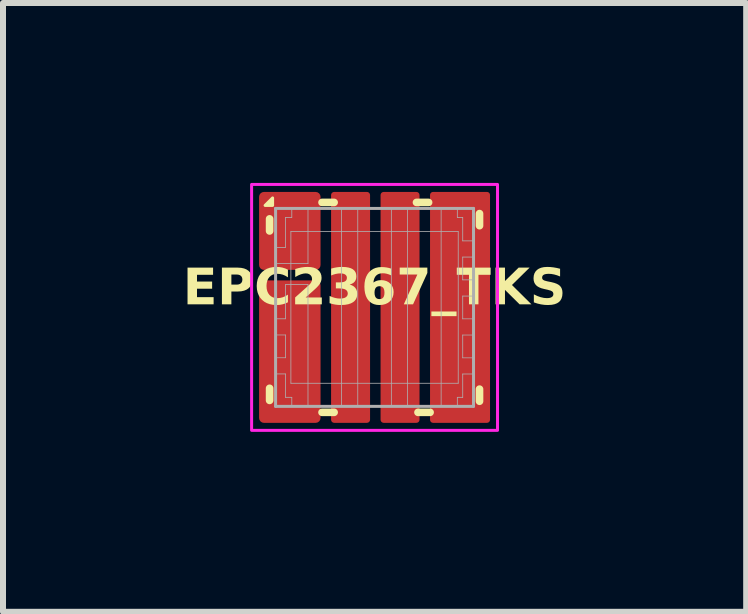
<source format=kicad_pcb>
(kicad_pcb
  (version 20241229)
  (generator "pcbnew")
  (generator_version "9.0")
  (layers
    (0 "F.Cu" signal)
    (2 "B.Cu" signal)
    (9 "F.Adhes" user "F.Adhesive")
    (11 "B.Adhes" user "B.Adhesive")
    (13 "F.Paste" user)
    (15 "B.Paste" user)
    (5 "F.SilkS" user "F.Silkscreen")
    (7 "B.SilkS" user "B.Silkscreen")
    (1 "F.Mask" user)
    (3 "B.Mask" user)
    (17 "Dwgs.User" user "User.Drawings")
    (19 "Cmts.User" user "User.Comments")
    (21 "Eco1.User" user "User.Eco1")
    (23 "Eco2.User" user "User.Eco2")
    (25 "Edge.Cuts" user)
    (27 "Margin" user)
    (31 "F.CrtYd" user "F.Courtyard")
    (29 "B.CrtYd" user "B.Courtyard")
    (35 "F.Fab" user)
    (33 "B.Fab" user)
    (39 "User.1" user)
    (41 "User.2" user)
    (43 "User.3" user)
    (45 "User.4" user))
  (footprint "EPC2367_TKS"
    (layer "F.Cu")
    (at 3.195 2.075)
    (property "Reference" "EPC2367_TKS" (at 0 -0.3 0) (unlocked yes) (layer "F.SilkS") (effects (font (face "Arial") (size 0.6 0.6) (thickness 0.12) (bold yes))))
    (attr smd)
    (fp_poly (pts (xy -1.125 -1.85) (xy -1.116 -1.85) (xy -1.098 -1.841) (xy -1.086 -1.827) (xy -1.08 -1.809) (xy -1.08 -1.8) (xy -1.08 -0.75) (xy -1.08 -0.741) (xy -1.087 -0.724) (xy -1.1 -0.712) (xy -1.116 -0.705) (xy -1.802 -0.705) (xy -1.812 -0.705) (xy -1.829 -0.712) (xy -1.843 -0.726) (xy -1.85 -0.743) (xy -1.85 -0.753) (xy -1.85 -1.027) (xy -1.85 -1.038) (xy -1.842 -1.057) (xy -1.827 -1.072) (xy -1.808 -1.08) (xy -1.6 -1.08) (xy -1.59 -1.081) (xy -1.572 -1.088) (xy -1.558 -1.102) (xy -1.551 -1.12) (xy -1.55 -1.13) (xy -1.55 -1.498) (xy -1.549 -1.509) (xy -1.539 -1.529) (xy -1.522 -1.544) (xy -1.501 -1.551) (xy -1.49 -1.55) (xy -1.481 -1.551) (xy -1.464 -1.559) (xy -1.452 -1.573) (xy -1.445 -1.591) (xy -1.445 -1.6) (xy -1.445 -1.807) (xy -1.445 -1.816) (xy -1.439 -1.832) (xy -1.426 -1.844) (xy -1.411 -1.85) (xy -1.402 -1.85)) (stroke (width 0) (type solid)) (fill yes) (layer "F.Mask"))
    (fp_poly (pts (xy -0.291 1.85) (xy -0.287 1.85) (xy -0.283 1.849) (xy -0.279 1.848) (xy -0.276 1.847) (xy -0.272 1.845) (xy -0.268 1.843) (xy -0.265 1.841) (xy -0.262 1.838) (xy -0.259 1.835) (xy -0.257 1.832) (xy -0.255 1.828) (xy -0.253 1.825) (xy -0.252 1.821) (xy -0.251 1.817) (xy -0.25 1.813) (xy -0.25 1.809) (xy -0.25 1.809) (xy -0.25 -1.809) (xy -0.25 -1.809) (xy -0.25 -1.813) (xy -0.251 -1.817) (xy -0.252 -1.821) (xy -0.253 -1.825) (xy -0.255 -1.828) (xy -0.257 -1.832) (xy -0.259 -1.835) (xy -0.262 -1.838) (xy -0.265 -1.841) (xy -0.268 -1.843) (xy -0.272 -1.845) (xy -0.276 -1.847) (xy -0.279 -1.848) (xy -0.283 -1.849) (xy -0.287 -1.85) (xy -0.291 -1.85) (xy -0.291 -1.85) (xy -0.539 -1.85) (xy -0.539 -1.85) (xy -0.543 -1.85) (xy -0.547 -1.849) (xy -0.551 -1.848) (xy -0.555 -1.847) (xy -0.558 -1.845) (xy -0.562 -1.843) (xy -0.565 -1.841) (xy -0.568 -1.838) (xy -0.571 -1.835) (xy -0.573 -1.832) (xy -0.575 -1.828) (xy -0.577 -1.825) (xy -0.578 -1.821) (xy -0.579 -1.817) (xy -0.58 -1.813) (xy -0.58 -1.809) (xy -0.58 1.809) (xy -0.58 1.813) (xy -0.579 1.817) (xy -0.578 1.821) (xy -0.577 1.825) (xy -0.575 1.828) (xy -0.573 1.832) (xy -0.571 1.835) (xy -0.568 1.838) (xy -0.565 1.841) (xy -0.562 1.843) (xy -0.558 1.845) (xy -0.555 1.847) (xy -0.551 1.848) (xy -0.547 1.849) (xy -0.543 1.85) (xy -0.539 1.85) (xy -0.539 1.85) (xy -0.291 1.85)) (stroke (width 0) (type solid)) (fill yes) (layer "F.Mask"))
    (fp_poly (pts (xy 0.539 1.85) (xy 0.543 1.85) (xy 0.547 1.849) (xy 0.551 1.848) (xy 0.555 1.847) (xy 0.558 1.845) (xy 0.562 1.843) (xy 0.565 1.841) (xy 0.568 1.838) (xy 0.571 1.835) (xy 0.573 1.832) (xy 0.575 1.828) (xy 0.577 1.825) (xy 0.578 1.821) (xy 0.579 1.817) (xy 0.58 1.813) (xy 0.58 1.809) (xy 0.58 1.809) (xy 0.58 -1.809) (xy 0.58 -1.809) (xy 0.58 -1.813) (xy 0.579 -1.817) (xy 0.578 -1.821) (xy 0.577 -1.825) (xy 0.575 -1.828) (xy 0.573 -1.832) (xy 0.571 -1.835) (xy 0.568 -1.838) (xy 0.565 -1.841) (xy 0.562 -1.843) (xy 0.558 -1.845) (xy 0.555 -1.847) (xy 0.551 -1.848) (xy 0.547 -1.849) (xy 0.543 -1.85) (xy 0.539 -1.85) (xy 0.539 -1.85) (xy 0.291 -1.85) (xy 0.291 -1.85) (xy 0.287 -1.85) (xy 0.283 -1.849) (xy 0.279 -1.848) (xy 0.276 -1.847) (xy 0.272 -1.845) (xy 0.268 -1.843) (xy 0.265 -1.841) (xy 0.262 -1.838) (xy 0.259 -1.835) (xy 0.257 -1.832) (xy 0.255 -1.828) (xy 0.253 -1.825) (xy 0.252 -1.821) (xy 0.251 -1.817) (xy 0.25 -1.813) (xy 0.25 -1.809) (xy 0.25 1.809) (xy 0.25 1.813) (xy 0.251 1.817) (xy 0.252 1.821) (xy 0.253 1.825) (xy 0.255 1.828) (xy 0.257 1.832) (xy 0.259 1.835) (xy 0.262 1.838) (xy 0.265 1.841) (xy 0.268 1.843) (xy 0.272 1.845) (xy 0.276 1.847) (xy 0.279 1.848) (xy 0.283 1.849) (xy 0.287 1.85) (xy 0.291 1.85) (xy 0.291 1.85) (xy 0.539 1.85)) (stroke (width 0) (type solid)) (fill yes) (layer "F.Mask"))
    (fp_poly (pts (xy -1.113 -0.4) (xy -1.094 -0.384) (xy -1.082 -0.362) (xy -1.08 -0.35) (xy -1.08 1.805) (xy -1.08 1.814) (xy -1.087 1.831) (xy -1.1 1.843) (xy -1.116 1.85) (xy -1.4 1.85) (xy -1.409 1.85) (xy -1.425 1.843) (xy -1.438 1.831) (xy -1.445 1.814) (xy -1.445 1.805) (xy -1.445 1.603) (xy -1.446 1.592) (xy -1.455 1.573) (xy -1.47 1.558) (xy -1.489 1.551) (xy -1.5 1.55) (xy -1.51 1.55) (xy -1.528 1.542) (xy -1.542 1.528) (xy -1.55 1.51) (xy -1.55 1.5) (xy -1.55 1.223) (xy -1.551 1.213) (xy -1.558 1.197) (xy -1.57 1.184) (xy -1.587 1.177) (xy -1.596 1.176) (xy -1.805 1.176) (xy -1.814 1.176) (xy -1.83 1.169) (xy -1.843 1.156) (xy -1.85 1.14) (xy -1.85 1.131) (xy -1.85 0.82) (xy -1.85 0.811) (xy -1.843 0.795) (xy -1.831 0.783) (xy -1.815 0.776) (xy -1.806 0.776) (xy -1.605 0.776) (xy -1.594 0.775) (xy -1.574 0.767) (xy -1.559 0.752) (xy -1.551 0.732) (xy -1.55 0.721) (xy -1.55 0.575) (xy -1.551 0.565) (xy -1.558 0.548) (xy -1.572 0.534) (xy -1.589 0.527) (xy -1.599 0.526) (xy -1.805 0.526) (xy -1.814 0.526) (xy -1.83 0.519) (xy -1.843 0.506) (xy -1.85 0.49) (xy -1.85 0.481) (xy -1.85 0.172) (xy -1.85 0.163) (xy -1.843 0.146) (xy -1.83 0.133) (xy -1.813 0.126) (xy -1.6 0.126) (xy -1.59 0.125) (xy -1.572 0.118) (xy -1.558 0.104) (xy -1.551 0.086) (xy -1.55 0.076) (xy -1.55 -0.342) (xy -1.55 -0.355) (xy -1.541 -0.378) (xy -1.523 -0.395) (xy -1.5 -0.405) (xy -1.487 -0.405) (xy -1.15 -0.405) (xy -1.137 -0.406)) (stroke (width 0) (type solid)) (fill yes) (layer "F.Mask"))
    (fp_poly (pts (xy 1.395 -1.85) (xy 1.405 -1.85) (xy 1.423 -1.843) (xy 1.437 -1.828) (xy 1.445 -1.81) (xy 1.445 -1.8) (xy 1.445 -1.6) (xy 1.447 -1.59) (xy 1.455 -1.571) (xy 1.47 -1.558) (xy 1.49 -1.551) (xy 1.5 -1.55) (xy 1.51 -1.55) (xy 1.528 -1.542) (xy 1.543 -1.528) (xy 1.55 -1.51) (xy 1.55 -1.5) (xy 1.55 -1.225) (xy 1.551 -1.215) (xy 1.559 -1.197) (xy 1.572 -1.183) (xy 1.59 -1.176) (xy 1.6 -1.175) (xy 1.8 -1.175) (xy 1.81 -1.175) (xy 1.828 -1.167) (xy 1.843 -1.153) (xy 1.85 -1.135) (xy 1.85 -1.125) (xy 1.85 -0.825) (xy 1.85 -0.815) (xy 1.843 -0.797) (xy 1.828 -0.783) (xy 1.81 -0.775) (xy 1.8 -0.775) (xy 1.6 -0.775) (xy 1.59 -0.774) (xy 1.572 -0.767) (xy 1.559 -0.753) (xy 1.551 -0.735) (xy 1.55 -0.725) (xy 1.55 -0.575) (xy 1.551 -0.565) (xy 1.559 -0.547) (xy 1.572 -0.533) (xy 1.59 -0.526) (xy 1.6 -0.525) (xy 1.8 -0.525) (xy 1.81 -0.525) (xy 1.828 -0.517) (xy 1.843 -0.503) (xy 1.85 -0.485) (xy 1.85 -0.475) (xy 1.85 -0.175) (xy 1.85 -0.165) (xy 1.843 -0.147) (xy 1.828 -0.133) (xy 1.81 -0.125) (xy 1.8 -0.125) (xy 1.6 -0.125) (xy 1.59 -0.124) (xy 1.572 -0.117) (xy 1.559 -0.103) (xy 1.551 -0.085) (xy 1.55 -0.075) (xy 1.55 0.076) (xy 1.551 0.086) (xy 1.559 0.104) (xy 1.572 0.118) (xy 1.59 0.125) (xy 1.6 0.126) (xy 1.801 0.126) (xy 1.811 0.126) (xy 1.829 0.133) (xy 1.843 0.147) (xy 1.85 0.165) (xy 1.85 0.175) (xy 1.85 0.476) (xy 1.85 0.486) (xy 1.843 0.504) (xy 1.828 0.518) (xy 1.81 0.526) (xy 1.8 0.526) (xy 1.599 0.526) (xy 1.59 0.527) (xy 1.572 0.534) (xy 1.558 0.548) (xy 1.551 0.565) (xy 1.55 0.575) (xy 1.55 0.726) (xy 1.551 0.736) (xy 1.559 0.754) (xy 1.572 0.768) (xy 1.59 0.775) (xy 1.6 0.776) (xy 1.801 0.776) (xy 1.811 0.776) (xy 1.829 0.783) (xy 1.843 0.797) (xy 1.85 0.815) (xy 1.85 0.825) (xy 1.85 1.126) (xy 1.85 1.136) (xy 1.843 1.154) (xy 1.828 1.168) (xy 1.81 1.176) (xy 1.8 1.176) (xy 1.599 1.176) (xy 1.59 1.177) (xy 1.572 1.184) (xy 1.558 1.198) (xy 1.551 1.215) (xy 1.55 1.225) (xy 1.55 1.5) (xy 1.55 1.51) (xy 1.543 1.528) (xy 1.528 1.542) (xy 1.51 1.55) (xy 1.5 1.55) (xy 1.49 1.55) (xy 1.47 1.558) (xy 1.455 1.571) (xy 1.447 1.59) (xy 1.445 1.6) (xy 1.445 1.805) (xy 1.445 1.814) (xy 1.438 1.831) (xy 1.425 1.843) (xy 1.409 1.85) (xy 1.095 1.85) (xy 1.085 1.85) (xy 1.067 1.843) (xy 1.053 1.828) (xy 1.045 1.81) (xy 1.045 1.8) (xy 1.045 -1.795) (xy 1.045 -1.806) (xy 1.053 -1.826) (xy 1.069 -1.841) (xy 1.089 -1.85) (xy 1.1 -1.85)) (stroke (width 0) (type solid)) (fill yes) (layer "F.Mask"))
    (fp_line (start -1.75 -1.274) (end -1.75 -1.476) (stroke (width 0.127) (type solid)) (layer "F.SilkS"))
    (fp_line (start -1.75 1.551) (end -1.75 1.349) (stroke (width 0.127) (type solid)) (layer "F.SilkS"))
    (fp_line (start -0.876 -1.75) (end -0.674 -1.75) (stroke (width 0.127) (type solid)) (layer "F.SilkS"))
    (fp_line (start -0.876 1.75) (end -0.674 1.75) (stroke (width 0.127) (type solid)) (layer "F.SilkS"))
    (fp_line (start 0.699 -1.75) (end 0.901 -1.75) (stroke (width 0.127) (type solid)) (layer "F.SilkS"))
    (fp_line (start 0.724 1.75) (end 0.926 1.75) (stroke (width 0.127) (type solid)) (layer "F.SilkS"))
    (fp_line (start 1.75 -1.362) (end 1.75 -1.564) (stroke (width 0.127) (type solid)) (layer "F.SilkS"))
    (fp_line (start 1.75 1.565) (end 1.75 1.363) (stroke (width 0.127) (type solid)) (layer "F.SilkS"))
    (fp_poly (pts (xy -1.7 -1.7) (xy -1.7 -1.825) (xy -1.825 -1.7)) (stroke (width 0.05) (type solid)) (fill yes) (layer "F.SilkS"))
    (fp_poly (pts (xy -1.107 -0.654) (xy -1.096 -0.655) (xy -1.085 -0.656) (xy -1.075 -0.659) (xy -1.064 -0.663) (xy -1.054 -0.667) (xy -1.045 -0.673) (xy -1.036 -0.68) (xy -1.028 -0.687) (xy -1.02 -0.695) (xy -1.014 -0.704) (xy -1.008 -0.714) (xy -1.004 -0.724) (xy -1 -0.734) (xy -0.997 -0.745) (xy -0.995 -0.756) (xy -0.995 -0.766) (xy -0.995 -0.766) (xy -0.995 -1.737) (xy -0.995 -1.737) (xy -0.995 -1.748) (xy -0.997 -1.759) (xy -1 -1.77) (xy -1.004 -1.78) (xy -1.008 -1.79) (xy -1.014 -1.8) (xy -1.02 -1.809) (xy -1.028 -1.817) (xy -1.036 -1.824) (xy -1.045 -1.831) (xy -1.054 -1.837) (xy -1.064 -1.841) (xy -1.075 -1.845) (xy -1.085 -1.848) (xy -1.096 -1.849) (xy -1.107 -1.85) (xy -1.107 -1.85) (xy -1.332 -1.85) (xy -1.332 -1.85) (xy -1.344 -1.849) (xy -1.354 -1.848) (xy -1.365 -1.845) (xy -1.376 -1.841) (xy -1.386 -1.837) (xy -1.395 -1.831) (xy -1.404 -1.824) (xy -1.412 -1.817) (xy -1.419 -1.809) (xy -1.426 -1.8) (xy -1.432 -1.79) (xy -1.436 -1.78) (xy -1.44 -1.77) (xy -1.443 -1.759) (xy -1.444 -1.748) (xy -1.445 -1.737) (xy -1.445 -1.737) (xy -1.445 -0.766) (xy -1.445 -0.766) (xy -1.444 -0.756) (xy -1.443 -0.745) (xy -1.44 -0.734) (xy -1.436 -0.724) (xy -1.432 -0.714) (xy -1.426 -0.704) (xy -1.419 -0.695) (xy -1.412 -0.687) (xy -1.404 -0.68) (xy -1.395 -0.673) (xy -1.386 -0.667) (xy -1.376 -0.663) (xy -1.365 -0.659) (xy -1.354 -0.656) (xy -1.344 -0.655) (xy -1.332 -0.654) (xy -1.332 -0.654) (xy -1.107 -0.654)) (stroke (width 0) (type solid)) (fill yes) (layer "F.Paste"))
    (fp_poly (pts (xy 1.355 -0.692) (xy 1.355 -0.692) (xy 1.365 -0.692) (xy 1.375 -0.693) (xy 1.384 -0.696) (xy 1.393 -0.699) (xy 1.402 -0.703) (xy 1.411 -0.708) (xy 1.418 -0.714) (xy 1.426 -0.721) (xy 1.432 -0.728) (xy 1.438 -0.736) (xy 1.443 -0.744) (xy 1.447 -0.753) (xy 1.451 -0.762) (xy 1.453 -0.772) (xy 1.455 -0.782) (xy 1.455 -0.791) (xy 1.455 -1.751) (xy 1.455 -1.76) (xy 1.453 -1.77) (xy 1.451 -1.78) (xy 1.447 -1.789) (xy 1.443 -1.798) (xy 1.438 -1.806) (xy 1.432 -1.814) (xy 1.426 -1.821) (xy 1.418 -1.828) (xy 1.411 -1.834) (xy 1.402 -1.839) (xy 1.393 -1.843) (xy 1.384 -1.846) (xy 1.375 -1.849) (xy 1.365 -1.85) (xy 1.355 -1.851) (xy 1.355 -1.85) (xy 1.355 -1.851) (xy 1.155 -1.851) (xy 1.155 -1.85) (xy 1.155 -1.851) (xy 1.145 -1.85) (xy 1.135 -1.849) (xy 1.126 -1.846) (xy 1.117 -1.843) (xy 1.108 -1.839) (xy 1.099 -1.834) (xy 1.092 -1.828) (xy 1.084 -1.821) (xy 1.078 -1.814) (xy 1.072 -1.806) (xy 1.067 -1.798) (xy 1.063 -1.789) (xy 1.059 -1.78) (xy 1.057 -1.77) (xy 1.055 -1.76) (xy 1.055 -1.751) (xy 1.055 -1.75) (xy 1.055 -0.792) (xy 1.055 -0.791) (xy 1.055 -0.782) (xy 1.057 -0.772) (xy 1.059 -0.762) (xy 1.063 -0.753) (xy 1.067 -0.744) (xy 1.072 -0.736) (xy 1.078 -0.728) (xy 1.084 -0.721) (xy 1.092 -0.714) (xy 1.099 -0.708) (xy 1.108 -0.703) (xy 1.117 -0.699) (xy 1.126 -0.696) (xy 1.135 -0.693) (xy 1.145 -0.692) (xy 1.155 -0.692) (xy 1.155 -0.692) (xy 1.155 -0.692) (xy 1.355 -0.692)) (stroke (width 0) (type solid)) (fill yes) (layer "F.Paste"))
    (fp_poly (pts (xy 1.355 1.851) (xy 1.355 1.851) (xy 1.365 1.85) (xy 1.375 1.849) (xy 1.384 1.846) (xy 1.393 1.843) (xy 1.402 1.839) (xy 1.411 1.834) (xy 1.418 1.828) (xy 1.426 1.821) (xy 1.432 1.814) (xy 1.438 1.806) (xy 1.443 1.798) (xy 1.447 1.789) (xy 1.451 1.78) (xy 1.453 1.77) (xy 1.455 1.76) (xy 1.455 1.751) (xy 1.455 0.791) (xy 1.455 0.782) (xy 1.453 0.772) (xy 1.451 0.762) (xy 1.447 0.753) (xy 1.443 0.744) (xy 1.438 0.736) (xy 1.432 0.728) (xy 1.426 0.721) (xy 1.418 0.714) (xy 1.411 0.708) (xy 1.402 0.703) (xy 1.393 0.699) (xy 1.384 0.696) (xy 1.375 0.693) (xy 1.365 0.692) (xy 1.355 0.692) (xy 1.355 0.692) (xy 1.355 0.692) (xy 1.155 0.692) (xy 1.155 0.692) (xy 1.155 0.692) (xy 1.145 0.692) (xy 1.135 0.693) (xy 1.126 0.696) (xy 1.117 0.699) (xy 1.108 0.703) (xy 1.099 0.708) (xy 1.092 0.714) (xy 1.084 0.721) (xy 1.078 0.728) (xy 1.072 0.736) (xy 1.067 0.744) (xy 1.063 0.753) (xy 1.059 0.762) (xy 1.057 0.772) (xy 1.055 0.782) (xy 1.055 0.791) (xy 1.055 0.792) (xy 1.055 1.75) (xy 1.055 1.751) (xy 1.055 1.76) (xy 1.057 1.77) (xy 1.059 1.78) (xy 1.063 1.789) (xy 1.067 1.798) (xy 1.072 1.806) (xy 1.078 1.814) (xy 1.084 1.821) (xy 1.092 1.828) (xy 1.099 1.834) (xy 1.108 1.839) (xy 1.117 1.843) (xy 1.126 1.846) (xy 1.135 1.849) (xy 1.145 1.85) (xy 1.155 1.851) (xy 1.155 1.851) (xy 1.155 1.851) (xy 1.355 1.851)) (stroke (width 0) (type solid)) (fill yes) (layer "F.Paste"))
    (fp_poly (pts (xy -1.694 -0.702) (xy -1.694 -0.702) (xy -1.687 -0.703) (xy -1.681 -0.703) (xy -1.674 -0.705) (xy -1.668 -0.707) (xy -1.662 -0.71) (xy -1.656 -0.714) (xy -1.651 -0.718) (xy -1.646 -0.722) (xy -1.641 -0.727) (xy -1.637 -0.733) (xy -1.634 -0.738) (xy -1.631 -0.745) (xy -1.628 -0.751) (xy -1.627 -0.757) (xy -1.626 -0.764) (xy -1.626 -0.771) (xy -1.625 -0.771) (xy -1.625 -1.013) (xy -1.626 -1.013) (xy -1.626 -1.02) (xy -1.627 -1.027) (xy -1.628 -1.033) (xy -1.631 -1.039) (xy -1.634 -1.046) (xy -1.637 -1.051) (xy -1.641 -1.057) (xy -1.646 -1.062) (xy -1.651 -1.066) (xy -1.656 -1.07) (xy -1.662 -1.074) (xy -1.668 -1.077) (xy -1.674 -1.079) (xy -1.681 -1.081) (xy -1.687 -1.082) (xy -1.694 -1.082) (xy -1.694 -1.082) (xy -1.694 -1.082) (xy -1.832 -1.082) (xy -1.832 -1.082) (xy -1.832 -1.082) (xy -1.839 -1.082) (xy -1.845 -1.081) (xy -1.852 -1.079) (xy -1.858 -1.077) (xy -1.864 -1.074) (xy -1.87 -1.07) (xy -1.875 -1.066) (xy -1.88 -1.062) (xy -1.885 -1.057) (xy -1.889 -1.051) (xy -1.892 -1.046) (xy -1.895 -1.039) (xy -1.898 -1.033) (xy -1.899 -1.027) (xy -1.9 -1.02) (xy -1.901 -1.013) (xy -1.901 -1.013) (xy -1.901 -0.771) (xy -1.901 -0.771) (xy -1.9 -0.764) (xy -1.899 -0.757) (xy -1.898 -0.751) (xy -1.895 -0.745) (xy -1.892 -0.738) (xy -1.889 -0.733) (xy -1.885 -0.727) (xy -1.88 -0.722) (xy -1.875 -0.718) (xy -1.87 -0.714) (xy -1.864 -0.71) (xy -1.858 -0.707) (xy -1.852 -0.705) (xy -1.845 -0.703) (xy -1.839 -0.703) (xy -1.832 -0.702) (xy -1.832 -0.702) (xy -1.832 -0.702) (xy -1.694 -0.702)) (stroke (width 0) (type solid)) (fill yes) (layer "F.Paste"))
    (fp_poly (pts (xy -1.694 0.516) (xy -1.694 0.516) (xy -1.687 0.515) (xy -1.681 0.514) (xy -1.674 0.513) (xy -1.668 0.511) (xy -1.662 0.508) (xy -1.656 0.504) (xy -1.651 0.5) (xy -1.646 0.496) (xy -1.641 0.491) (xy -1.637 0.485) (xy -1.634 0.479) (xy -1.631 0.473) (xy -1.628 0.467) (xy -1.627 0.46) (xy -1.626 0.454) (xy -1.626 0.447) (xy -1.625 0.447) (xy -1.625 0.205) (xy -1.626 0.205) (xy -1.626 0.198) (xy -1.627 0.191) (xy -1.628 0.185) (xy -1.631 0.178) (xy -1.634 0.172) (xy -1.637 0.167) (xy -1.641 0.161) (xy -1.646 0.156) (xy -1.651 0.152) (xy -1.656 0.148) (xy -1.662 0.144) (xy -1.668 0.141) (xy -1.674 0.139) (xy -1.681 0.137) (xy -1.687 0.136) (xy -1.694 0.136) (xy -1.694 0.136) (xy -1.694 0.136) (xy -1.832 0.136) (xy -1.832 0.136) (xy -1.832 0.136) (xy -1.839 0.136) (xy -1.845 0.137) (xy -1.852 0.139) (xy -1.858 0.141) (xy -1.864 0.144) (xy -1.87 0.148) (xy -1.875 0.152) (xy -1.88 0.156) (xy -1.885 0.161) (xy -1.889 0.167) (xy -1.892 0.172) (xy -1.895 0.178) (xy -1.898 0.185) (xy -1.899 0.191) (xy -1.9 0.198) (xy -1.901 0.205) (xy -1.901 0.205) (xy -1.901 0.447) (xy -1.901 0.447) (xy -1.9 0.454) (xy -1.899 0.46) (xy -1.898 0.467) (xy -1.895 0.473) (xy -1.892 0.479) (xy -1.889 0.485) (xy -1.885 0.491) (xy -1.88 0.496) (xy -1.875 0.5) (xy -1.87 0.504) (xy -1.864 0.508) (xy -1.858 0.511) (xy -1.852 0.513) (xy -1.845 0.514) (xy -1.839 0.515) (xy -1.832 0.516) (xy -1.832 0.516) (xy -1.832 0.516) (xy -1.694 0.516)) (stroke (width 0) (type solid)) (fill yes) (layer "F.Paste"))
    (fp_poly (pts (xy -1.694 1.166) (xy -1.694 1.166) (xy -1.687 1.165) (xy -1.681 1.164) (xy -1.674 1.163) (xy -1.668 1.161) (xy -1.662 1.158) (xy -1.656 1.154) (xy -1.651 1.15) (xy -1.646 1.146) (xy -1.641 1.141) (xy -1.637 1.135) (xy -1.634 1.129) (xy -1.631 1.123) (xy -1.628 1.117) (xy -1.627 1.11) (xy -1.626 1.104) (xy -1.626 1.097) (xy -1.625 1.097) (xy -1.625 0.855) (xy -1.626 0.855) (xy -1.626 0.848) (xy -1.627 0.841) (xy -1.628 0.835) (xy -1.631 0.828) (xy -1.634 0.822) (xy -1.637 0.817) (xy -1.641 0.811) (xy -1.646 0.806) (xy -1.651 0.802) (xy -1.656 0.798) (xy -1.662 0.794) (xy -1.668 0.791) (xy -1.674 0.789) (xy -1.681 0.787) (xy -1.687 0.786) (xy -1.694 0.786) (xy -1.694 0.786) (xy -1.694 0.786) (xy -1.832 0.786) (xy -1.832 0.786) (xy -1.832 0.786) (xy -1.839 0.786) (xy -1.845 0.787) (xy -1.852 0.789) (xy -1.858 0.791) (xy -1.864 0.794) (xy -1.87 0.798) (xy -1.875 0.802) (xy -1.88 0.806) (xy -1.885 0.811) (xy -1.889 0.817) (xy -1.892 0.822) (xy -1.895 0.828) (xy -1.898 0.835) (xy -1.899 0.841) (xy -1.9 0.848) (xy -1.901 0.855) (xy -1.901 0.855) (xy -1.901 1.097) (xy -1.901 1.097) (xy -1.9 1.104) (xy -1.899 1.11) (xy -1.898 1.117) (xy -1.895 1.123) (xy -1.892 1.129) (xy -1.889 1.135) (xy -1.885 1.141) (xy -1.88 1.146) (xy -1.875 1.15) (xy -1.87 1.154) (xy -1.864 1.158) (xy -1.858 1.161) (xy -1.852 1.163) (xy -1.845 1.164) (xy -1.839 1.165) (xy -1.832 1.166) (xy -1.832 1.166) (xy -1.832 1.166) (xy -1.694 1.166)) (stroke (width 0) (type solid)) (fill yes) (layer "F.Paste"))
    (fp_poly (pts (xy -1.096 1.85) (xy -1.085 1.849) (xy -1.075 1.846) (xy -1.064 1.842) (xy -1.054 1.837) (xy -1.045 1.832) (xy -1.036 1.825) (xy -1.028 1.818) (xy -1.02 1.81) (xy -1.014 1.801) (xy -1.008 1.791) (xy -1.004 1.781) (xy -1 1.771) (xy -0.997 1.76) (xy -0.995 1.749) (xy -0.995 1.738) (xy -0.995 1.738) (xy -0.995 1.738) (xy -0.995 -0.342) (xy -0.995 -0.342) (xy -0.995 -0.342) (xy -0.995 -0.353) (xy -0.997 -0.364) (xy -1 -0.375) (xy -1.004 -0.385) (xy -1.008 -0.395) (xy -1.014 -0.405) (xy -1.02 -0.413) (xy -1.028 -0.422) (xy -1.036 -0.429) (xy -1.045 -0.436) (xy -1.054 -0.441) (xy -1.064 -0.446) (xy -1.075 -0.45) (xy -1.085 -0.452) (xy -1.096 -0.454) (xy -1.107 -0.455) (xy -1.11 -0.455) (xy -1.33 -0.455) (xy -1.332 -0.455) (xy -1.344 -0.454) (xy -1.354 -0.452) (xy -1.365 -0.45) (xy -1.376 -0.446) (xy -1.386 -0.441) (xy -1.395 -0.436) (xy -1.404 -0.429) (xy -1.412 -0.422) (xy -1.419 -0.413) (xy -1.426 -0.405) (xy -1.432 -0.395) (xy -1.436 -0.385) (xy -1.44 -0.375) (xy -1.443 -0.364) (xy -1.444 -0.353) (xy -1.445 -0.342) (xy -1.445 -0.342) (xy -1.445 -0.342) (xy -1.445 1.738) (xy -1.445 1.738) (xy -1.445 1.738) (xy -1.444 1.749) (xy -1.443 1.76) (xy -1.44 1.771) (xy -1.436 1.781) (xy -1.432 1.791) (xy -1.426 1.801) (xy -1.419 1.81) (xy -1.412 1.818) (xy -1.404 1.825) (xy -1.395 1.832) (xy -1.386 1.837) (xy -1.376 1.842) (xy -1.365 1.846) (xy -1.354 1.849) (xy -1.344 1.85) (xy -1.332 1.851) (xy -1.33 1.851) (xy -1.11 1.851) (xy -1.107 1.851)) (stroke (width 0) (type solid)) (fill yes) (layer "F.Paste"))
    (fp_poly (pts (xy -0.333 -0.1) (xy -0.325 -0.101) (xy -0.318 -0.103) (xy -0.311 -0.105) (xy -0.305 -0.108) (xy -0.298 -0.112) (xy -0.293 -0.116) (xy -0.287 -0.121) (xy -0.282 -0.127) (xy -0.278 -0.133) (xy -0.274 -0.139) (xy -0.271 -0.146) (xy -0.268 -0.153) (xy -0.267 -0.16) (xy -0.265 -0.167) (xy -0.265 -0.174) (xy -0.265 -0.175) (xy -0.265 -0.175) (xy -0.265 -1.776) (xy -0.265 -1.776) (xy -0.265 -1.776) (xy -0.265 -1.783) (xy -0.267 -1.79) (xy -0.268 -1.797) (xy -0.271 -1.804) (xy -0.274 -1.811) (xy -0.278 -1.817) (xy -0.282 -1.823) (xy -0.287 -1.829) (xy -0.293 -1.834) (xy -0.298 -1.838) (xy -0.305 -1.842) (xy -0.311 -1.845) (xy -0.318 -1.848) (xy -0.325 -1.849) (xy -0.333 -1.85) (xy -0.34 -1.851) (xy -0.343 -1.851) (xy -0.488 -1.851) (xy -0.49 -1.851) (xy -0.497 -1.85) (xy -0.505 -1.849) (xy -0.512 -1.848) (xy -0.519 -1.845) (xy -0.525 -1.842) (xy -0.532 -1.838) (xy -0.538 -1.834) (xy -0.543 -1.829) (xy -0.548 -1.823) (xy -0.552 -1.817) (xy -0.556 -1.811) (xy -0.559 -1.804) (xy -0.562 -1.797) (xy -0.564 -1.79) (xy -0.565 -1.783) (xy -0.565 -1.776) (xy -0.565 -1.776) (xy -0.565 -1.776) (xy -0.565 -0.175) (xy -0.565 -0.175) (xy -0.565 -0.174) (xy -0.565 -0.167) (xy -0.564 -0.16) (xy -0.562 -0.153) (xy -0.559 -0.146) (xy -0.556 -0.139) (xy -0.552 -0.133) (xy -0.548 -0.127) (xy -0.543 -0.121) (xy -0.538 -0.116) (xy -0.532 -0.112) (xy -0.525 -0.108) (xy -0.519 -0.105) (xy -0.512 -0.103) (xy -0.505 -0.101) (xy -0.497 -0.1) (xy -0.49 -0.099) (xy -0.488 -0.1) (xy -0.343 -0.1) (xy -0.34 -0.099)) (stroke (width 0) (type solid)) (fill yes) (layer "F.Paste"))
    (fp_poly (pts (xy -0.333 1.85) (xy -0.325 1.849) (xy -0.318 1.848) (xy -0.311 1.845) (xy -0.305 1.842) (xy -0.298 1.838) (xy -0.293 1.834) (xy -0.287 1.829) (xy -0.282 1.823) (xy -0.278 1.817) (xy -0.274 1.811) (xy -0.271 1.804) (xy -0.268 1.798) (xy -0.267 1.79) (xy -0.265 1.783) (xy -0.265 1.776) (xy -0.265 1.776) (xy -0.265 1.776) (xy -0.265 0.175) (xy -0.265 0.175) (xy -0.265 0.175) (xy -0.265 0.167) (xy -0.267 0.16) (xy -0.268 0.153) (xy -0.271 0.146) (xy -0.274 0.139) (xy -0.278 0.133) (xy -0.282 0.127) (xy -0.287 0.121) (xy -0.293 0.117) (xy -0.298 0.112) (xy -0.305 0.108) (xy -0.311 0.105) (xy -0.318 0.103) (xy -0.325 0.101) (xy -0.333 0.1) (xy -0.34 0.099) (xy -0.343 0.1) (xy -0.488 0.1) (xy -0.49 0.099) (xy -0.497 0.1) (xy -0.505 0.101) (xy -0.512 0.103) (xy -0.519 0.105) (xy -0.525 0.108) (xy -0.532 0.112) (xy -0.538 0.117) (xy -0.543 0.121) (xy -0.548 0.127) (xy -0.552 0.133) (xy -0.556 0.139) (xy -0.559 0.146) (xy -0.562 0.153) (xy -0.564 0.16) (xy -0.565 0.167) (xy -0.565 0.175) (xy -0.565 0.175) (xy -0.565 0.175) (xy -0.565 1.776) (xy -0.565 1.776) (xy -0.565 1.776) (xy -0.565 1.783) (xy -0.564 1.79) (xy -0.562 1.798) (xy -0.559 1.804) (xy -0.556 1.811) (xy -0.552 1.817) (xy -0.548 1.823) (xy -0.543 1.829) (xy -0.538 1.834) (xy -0.532 1.838) (xy -0.525 1.842) (xy -0.519 1.845) (xy -0.512 1.848) (xy -0.505 1.849) (xy -0.497 1.85) (xy -0.49 1.851) (xy -0.488 1.851) (xy -0.343 1.851) (xy -0.34 1.851)) (stroke (width 0) (type solid)) (fill yes) (layer "F.Paste"))
    (fp_poly (pts (xy 0.497 -0.1) (xy 0.505 -0.101) (xy 0.512 -0.103) (xy 0.519 -0.105) (xy 0.525 -0.108) (xy 0.532 -0.112) (xy 0.538 -0.116) (xy 0.543 -0.121) (xy 0.548 -0.127) (xy 0.552 -0.133) (xy 0.556 -0.139) (xy 0.559 -0.146) (xy 0.562 -0.153) (xy 0.564 -0.16) (xy 0.565 -0.167) (xy 0.565 -0.174) (xy 0.565 -0.175) (xy 0.565 -0.175) (xy 0.565 -1.776) (xy 0.565 -1.776) (xy 0.565 -1.776) (xy 0.565 -1.783) (xy 0.564 -1.79) (xy 0.562 -1.797) (xy 0.559 -1.804) (xy 0.556 -1.811) (xy 0.552 -1.817) (xy 0.548 -1.823) (xy 0.543 -1.829) (xy 0.538 -1.834) (xy 0.532 -1.838) (xy 0.525 -1.842) (xy 0.519 -1.845) (xy 0.512 -1.848) (xy 0.505 -1.849) (xy 0.497 -1.85) (xy 0.49 -1.851) (xy 0.487 -1.851) (xy 0.343 -1.851) (xy 0.34 -1.851) (xy 0.333 -1.85) (xy 0.325 -1.849) (xy 0.318 -1.848) (xy 0.311 -1.845) (xy 0.305 -1.842) (xy 0.298 -1.838) (xy 0.292 -1.834) (xy 0.287 -1.829) (xy 0.282 -1.823) (xy 0.278 -1.817) (xy 0.274 -1.811) (xy 0.271 -1.804) (xy 0.268 -1.797) (xy 0.266 -1.79) (xy 0.265 -1.783) (xy 0.265 -1.776) (xy 0.265 -1.776) (xy 0.265 -1.776) (xy 0.265 -0.175) (xy 0.265 -0.175) (xy 0.265 -0.174) (xy 0.265 -0.167) (xy 0.266 -0.16) (xy 0.268 -0.153) (xy 0.271 -0.146) (xy 0.274 -0.139) (xy 0.278 -0.133) (xy 0.282 -0.127) (xy 0.287 -0.121) (xy 0.292 -0.116) (xy 0.298 -0.112) (xy 0.305 -0.108) (xy 0.311 -0.105) (xy 0.318 -0.103) (xy 0.325 -0.101) (xy 0.333 -0.1) (xy 0.34 -0.099) (xy 0.343 -0.1) (xy 0.487 -0.1) (xy 0.49 -0.099)) (stroke (width 0) (type solid)) (fill yes) (layer "F.Paste"))
    (fp_poly (pts (xy 0.497 1.85) (xy 0.505 1.849) (xy 0.512 1.848) (xy 0.519 1.845) (xy 0.525 1.842) (xy 0.532 1.838) (xy 0.538 1.834) (xy 0.543 1.829) (xy 0.548 1.823) (xy 0.552 1.817) (xy 0.556 1.811) (xy 0.559 1.804) (xy 0.562 1.798) (xy 0.564 1.79) (xy 0.565 1.783) (xy 0.565 1.776) (xy 0.565 1.776) (xy 0.565 1.776) (xy 0.565 0.175) (xy 0.565 0.175) (xy 0.565 0.175) (xy 0.565 0.167) (xy 0.564 0.16) (xy 0.562 0.153) (xy 0.559 0.146) (xy 0.556 0.139) (xy 0.552 0.133) (xy 0.548 0.127) (xy 0.543 0.121) (xy 0.538 0.117) (xy 0.532 0.112) (xy 0.525 0.108) (xy 0.519 0.105) (xy 0.512 0.103) (xy 0.505 0.101) (xy 0.497 0.1) (xy 0.49 0.099) (xy 0.487 0.1) (xy 0.343 0.1) (xy 0.34 0.099) (xy 0.333 0.1) (xy 0.325 0.101) (xy 0.318 0.103) (xy 0.311 0.105) (xy 0.305 0.108) (xy 0.298 0.112) (xy 0.292 0.117) (xy 0.287 0.121) (xy 0.282 0.127) (xy 0.278 0.133) (xy 0.274 0.139) (xy 0.271 0.146) (xy 0.268 0.153) (xy 0.266 0.16) (xy 0.265 0.167) (xy 0.265 0.175) (xy 0.265 0.175) (xy 0.265 0.175) (xy 0.265 1.776) (xy 0.265 1.776) (xy 0.265 1.776) (xy 0.265 1.783) (xy 0.266 1.79) (xy 0.268 1.798) (xy 0.271 1.804) (xy 0.274 1.811) (xy 0.278 1.817) (xy 0.282 1.823) (xy 0.287 1.829) (xy 0.292 1.834) (xy 0.298 1.838) (xy 0.305 1.842) (xy 0.311 1.845) (xy 0.318 1.848) (xy 0.325 1.849) (xy 0.333 1.85) (xy 0.34 1.851) (xy 0.343 1.851) (xy 0.487 1.851) (xy 0.49 1.851)) (stroke (width 0) (type solid)) (fill yes) (layer "F.Paste"))
    (fp_poly (pts (xy 1.355 0.492) (xy 1.355 0.492) (xy 1.365 0.491) (xy 1.375 0.49) (xy 1.384 0.488) (xy 1.393 0.484) (xy 1.402 0.48) (xy 1.411 0.475) (xy 1.418 0.469) (xy 1.426 0.463) (xy 1.432 0.455) (xy 1.438 0.447) (xy 1.443 0.439) (xy 1.447 0.43) (xy 1.451 0.421) (xy 1.453 0.411) (xy 1.455 0.402) (xy 1.455 0.392) (xy 1.455 0.392) (xy 1.455 -0.392) (xy 1.455 -0.392) (xy 1.455 -0.402) (xy 1.453 -0.411) (xy 1.451 -0.421) (xy 1.447 -0.43) (xy 1.443 -0.439) (xy 1.438 -0.447) (xy 1.432 -0.455) (xy 1.426 -0.463) (xy 1.418 -0.469) (xy 1.411 -0.475) (xy 1.402 -0.48) (xy 1.393 -0.484) (xy 1.384 -0.488) (xy 1.375 -0.49) (xy 1.365 -0.491) (xy 1.355 -0.492) (xy 1.355 -0.492) (xy 1.355 -0.492) (xy 1.155 -0.492) (xy 1.155 -0.492) (xy 1.155 -0.492) (xy 1.145 -0.491) (xy 1.135 -0.49) (xy 1.126 -0.488) (xy 1.117 -0.484) (xy 1.108 -0.48) (xy 1.099 -0.475) (xy 1.092 -0.469) (xy 1.084 -0.463) (xy 1.078 -0.455) (xy 1.072 -0.447) (xy 1.067 -0.439) (xy 1.063 -0.43) (xy 1.059 -0.421) (xy 1.057 -0.411) (xy 1.055 -0.402) (xy 1.055 -0.392) (xy 1.055 -0.392) (xy 1.055 0.392) (xy 1.055 0.392) (xy 1.055 0.402) (xy 1.057 0.411) (xy 1.059 0.421) (xy 1.063 0.43) (xy 1.067 0.439) (xy 1.072 0.447) (xy 1.078 0.455) (xy 1.084 0.463) (xy 1.092 0.469) (xy 1.099 0.475) (xy 1.108 0.48) (xy 1.117 0.484) (xy 1.126 0.488) (xy 1.135 0.49) (xy 1.145 0.491) (xy 1.155 0.492) (xy 1.155 0.492) (xy 1.155 0.492) (xy 1.355 0.492)) (stroke (width 0) (type solid)) (fill yes) (layer "F.Paste"))
    (fp_poly (pts (xy 1.842 -0.785) (xy 1.842 -0.785) (xy 1.848 -0.786) (xy 1.855 -0.787) (xy 1.862 -0.788) (xy 1.868 -0.79) (xy 1.874 -0.793) (xy 1.88 -0.797) (xy 1.885 -0.801) (xy 1.89 -0.805) (xy 1.895 -0.81) (xy 1.899 -0.816) (xy 1.902 -0.822) (xy 1.905 -0.828) (xy 1.907 -0.834) (xy 1.909 -0.841) (xy 1.91 -0.847) (xy 1.91 -0.854) (xy 1.91 -0.854) (xy 1.91 -1.096) (xy 1.91 -1.096) (xy 1.91 -1.103) (xy 1.909 -1.11) (xy 1.907 -1.116) (xy 1.905 -1.123) (xy 1.902 -1.129) (xy 1.899 -1.134) (xy 1.895 -1.14) (xy 1.89 -1.145) (xy 1.885 -1.149) (xy 1.88 -1.153) (xy 1.874 -1.157) (xy 1.868 -1.16) (xy 1.862 -1.162) (xy 1.855 -1.164) (xy 1.848 -1.165) (xy 1.842 -1.165) (xy 1.842 -1.165) (xy 1.842 -1.165) (xy 1.704 -1.165) (xy 1.704 -1.165) (xy 1.704 -1.165) (xy 1.697 -1.165) (xy 1.691 -1.164) (xy 1.684 -1.162) (xy 1.678 -1.16) (xy 1.672 -1.157) (xy 1.666 -1.153) (xy 1.661 -1.149) (xy 1.655 -1.145) (xy 1.651 -1.14) (xy 1.647 -1.134) (xy 1.643 -1.129) (xy 1.641 -1.123) (xy 1.638 -1.116) (xy 1.637 -1.11) (xy 1.636 -1.103) (xy 1.635 -1.096) (xy 1.635 -1.096) (xy 1.635 -0.854) (xy 1.635 -0.854) (xy 1.636 -0.847) (xy 1.637 -0.841) (xy 1.638 -0.834) (xy 1.641 -0.828) (xy 1.643 -0.822) (xy 1.647 -0.816) (xy 1.651 -0.81) (xy 1.655 -0.805) (xy 1.661 -0.801) (xy 1.666 -0.797) (xy 1.672 -0.793) (xy 1.678 -0.79) (xy 1.684 -0.788) (xy 1.691 -0.787) (xy 1.697 -0.786) (xy 1.704 -0.785) (xy 1.704 -0.785) (xy 1.704 -0.785) (xy 1.842 -0.785)) (stroke (width 0) (type solid)) (fill yes) (layer "F.Paste"))
    (fp_poly (pts (xy 1.842 -0.135) (xy 1.842 -0.135) (xy 1.848 -0.136) (xy 1.855 -0.137) (xy 1.862 -0.138) (xy 1.868 -0.14) (xy 1.874 -0.143) (xy 1.88 -0.147) (xy 1.885 -0.151) (xy 1.89 -0.155) (xy 1.895 -0.16) (xy 1.899 -0.166) (xy 1.902 -0.172) (xy 1.905 -0.178) (xy 1.907 -0.184) (xy 1.909 -0.191) (xy 1.91 -0.197) (xy 1.91 -0.204) (xy 1.91 -0.204) (xy 1.91 -0.446) (xy 1.91 -0.446) (xy 1.91 -0.453) (xy 1.909 -0.46) (xy 1.907 -0.466) (xy 1.905 -0.473) (xy 1.902 -0.479) (xy 1.899 -0.484) (xy 1.895 -0.49) (xy 1.89 -0.495) (xy 1.885 -0.499) (xy 1.88 -0.503) (xy 1.874 -0.507) (xy 1.868 -0.51) (xy 1.862 -0.512) (xy 1.855 -0.514) (xy 1.848 -0.515) (xy 1.842 -0.515) (xy 1.842 -0.515) (xy 1.842 -0.515) (xy 1.704 -0.515) (xy 1.704 -0.515) (xy 1.704 -0.515) (xy 1.697 -0.515) (xy 1.691 -0.514) (xy 1.684 -0.512) (xy 1.678 -0.51) (xy 1.672 -0.507) (xy 1.666 -0.503) (xy 1.661 -0.499) (xy 1.655 -0.495) (xy 1.651 -0.49) (xy 1.647 -0.484) (xy 1.643 -0.479) (xy 1.641 -0.473) (xy 1.638 -0.466) (xy 1.637 -0.46) (xy 1.636 -0.453) (xy 1.635 -0.446) (xy 1.635 -0.446) (xy 1.635 -0.204) (xy 1.635 -0.204) (xy 1.636 -0.197) (xy 1.637 -0.191) (xy 1.638 -0.184) (xy 1.641 -0.178) (xy 1.643 -0.172) (xy 1.647 -0.166) (xy 1.651 -0.16) (xy 1.655 -0.155) (xy 1.661 -0.151) (xy 1.666 -0.147) (xy 1.672 -0.143) (xy 1.678 -0.14) (xy 1.684 -0.138) (xy 1.691 -0.137) (xy 1.697 -0.136) (xy 1.704 -0.135) (xy 1.704 -0.135) (xy 1.704 -0.135) (xy 1.842 -0.135)) (stroke (width 0) (type solid)) (fill yes) (layer "F.Paste"))
    (fp_poly (pts (xy 1.842 0.516) (xy 1.842 0.516) (xy 1.848 0.515) (xy 1.855 0.514) (xy 1.862 0.513) (xy 1.868 0.511) (xy 1.874 0.508) (xy 1.88 0.504) (xy 1.885 0.5) (xy 1.89 0.496) (xy 1.895 0.491) (xy 1.899 0.485) (xy 1.902 0.479) (xy 1.905 0.473) (xy 1.907 0.467) (xy 1.909 0.46) (xy 1.91 0.454) (xy 1.91 0.447) (xy 1.91 0.447) (xy 1.91 0.205) (xy 1.91 0.205) (xy 1.91 0.198) (xy 1.909 0.191) (xy 1.907 0.185) (xy 1.905 0.178) (xy 1.902 0.172) (xy 1.899 0.167) (xy 1.895 0.161) (xy 1.89 0.156) (xy 1.885 0.152) (xy 1.88 0.148) (xy 1.874 0.144) (xy 1.868 0.141) (xy 1.862 0.139) (xy 1.855 0.137) (xy 1.848 0.136) (xy 1.842 0.136) (xy 1.842 0.136) (xy 1.842 0.136) (xy 1.704 0.136) (xy 1.704 0.136) (xy 1.704 0.136) (xy 1.697 0.136) (xy 1.691 0.137) (xy 1.684 0.139) (xy 1.678 0.141) (xy 1.672 0.144) (xy 1.666 0.148) (xy 1.661 0.152) (xy 1.655 0.156) (xy 1.651 0.161) (xy 1.647 0.167) (xy 1.643 0.172) (xy 1.641 0.178) (xy 1.638 0.185) (xy 1.637 0.191) (xy 1.636 0.198) (xy 1.635 0.205) (xy 1.635 0.205) (xy 1.635 0.447) (xy 1.635 0.447) (xy 1.636 0.454) (xy 1.637 0.46) (xy 1.638 0.467) (xy 1.641 0.473) (xy 1.643 0.479) (xy 1.647 0.485) (xy 1.651 0.491) (xy 1.655 0.496) (xy 1.661 0.5) (xy 1.666 0.504) (xy 1.672 0.508) (xy 1.678 0.511) (xy 1.684 0.513) (xy 1.691 0.514) (xy 1.697 0.515) (xy 1.704 0.516) (xy 1.704 0.516) (xy 1.704 0.516) (xy 1.842 0.516)) (stroke (width 0) (type solid)) (fill yes) (layer "F.Paste"))
    (fp_poly (pts (xy 1.842 1.166) (xy 1.842 1.166) (xy 1.848 1.165) (xy 1.855 1.164) (xy 1.862 1.163) (xy 1.868 1.161) (xy 1.874 1.158) (xy 1.88 1.154) (xy 1.885 1.15) (xy 1.89 1.146) (xy 1.895 1.141) (xy 1.899 1.135) (xy 1.902 1.129) (xy 1.905 1.123) (xy 1.907 1.117) (xy 1.909 1.11) (xy 1.91 1.104) (xy 1.91 1.097) (xy 1.91 1.097) (xy 1.91 0.855) (xy 1.91 0.855) (xy 1.91 0.848) (xy 1.909 0.841) (xy 1.907 0.835) (xy 1.905 0.828) (xy 1.902 0.822) (xy 1.899 0.817) (xy 1.895 0.811) (xy 1.89 0.806) (xy 1.885 0.802) (xy 1.88 0.798) (xy 1.874 0.794) (xy 1.868 0.791) (xy 1.862 0.789) (xy 1.855 0.787) (xy 1.848 0.786) (xy 1.842 0.786) (xy 1.842 0.786) (xy 1.842 0.786) (xy 1.704 0.786) (xy 1.704 0.786) (xy 1.704 0.786) (xy 1.697 0.786) (xy 1.691 0.787) (xy 1.684 0.789) (xy 1.678 0.791) (xy 1.672 0.794) (xy 1.666 0.798) (xy 1.661 0.802) (xy 1.655 0.806) (xy 1.651 0.811) (xy 1.647 0.817) (xy 1.643 0.822) (xy 1.641 0.828) (xy 1.638 0.835) (xy 1.637 0.841) (xy 1.636 0.848) (xy 1.635 0.855) (xy 1.635 0.855) (xy 1.635 1.097) (xy 1.635 1.097) (xy 1.636 1.104) (xy 1.637 1.11) (xy 1.638 1.117) (xy 1.641 1.123) (xy 1.643 1.129) (xy 1.647 1.135) (xy 1.651 1.141) (xy 1.655 1.146) (xy 1.661 1.15) (xy 1.666 1.154) (xy 1.672 1.158) (xy 1.678 1.161) (xy 1.684 1.163) (xy 1.691 1.164) (xy 1.697 1.165) (xy 1.704 1.166) (xy 1.704 1.166) (xy 1.704 1.166) (xy 1.842 1.166)) (stroke (width 0) (type solid)) (fill yes) (layer "F.Paste"))
    (fp_rect (start -2.05 -2.05) (end 2.05 2.05) (stroke (width 0.05) (type default)) (fill no) (layer "F.CrtYd"))
    (fp_line (start -1.65 -1.65) (end 1.65 -1.65) (stroke (width 0.05) (type solid)) (layer "F.Fab"))
    (fp_line (start -1.65 1.65) (end -1.65 -1.65) (stroke (width 0.05) (type solid)) (layer "F.Fab"))
    (fp_line (start -1.65 1.65) (end 1.65 1.65) (stroke (width 0.05) (type solid)) (layer "F.Fab"))
    (fp_line (start -1.65 -1) (end -1.485 -1) (stroke (width 0.013) (type solid)) (layer "F.Fab"))
    (fp_line (start -1.65 -0.73) (end -1.65 -1) (stroke (width 0.013) (type solid)) (layer "F.Fab"))
    (fp_line (start -1.65 -0.73) (end -1.11 -0.73) (stroke (width 0.013) (type solid)) (layer "F.Fab"))
    (fp_line (start -1.65 0.19) (end -1.485 0.19) (stroke (width 0.013) (type solid)) (layer "F.Fab"))
    (fp_line (start -1.65 0.46) (end -1.65 0.19) (stroke (width 0.013) (type solid)) (layer "F.Fab"))
    (fp_line (start -1.65 0.46) (end -1.485 0.46) (stroke (width 0.013) (type solid)) (layer "F.Fab"))
    (fp_line (start -1.65 0.84) (end -1.485 0.84) (stroke (width 0.013) (type solid)) (layer "F.Fab"))
    (fp_line (start -1.65 1.11) (end -1.65 0.84) (stroke (width 0.013) (type solid)) (layer "F.Fab"))
    (fp_line (start -1.65 1.11) (end -1.485 1.11) (stroke (width 0.013) (type solid)) (layer "F.Fab"))
    (fp_line (start -1.485 -1.5) (end -1.38 -1.5) (stroke (width 0.013) (type solid)) (layer "F.Fab"))
    (fp_line (start -1.485 -1) (end -1.485 -1.5) (stroke (width 0.013) (type solid)) (layer "F.Fab"))
    (fp_line (start -1.485 -0.38) (end -1.11 -0.38) (stroke (width 0.013) (type solid)) (layer "F.Fab"))
    (fp_line (start -1.485 0.19) (end -1.485 -0.38) (stroke (width 0.013) (type solid)) (layer "F.Fab"))
    (fp_line (start -1.485 0.84) (end -1.485 0.46) (stroke (width 0.013) (type solid)) (layer "F.Fab"))
    (fp_line (start -1.485 1.5) (end -1.485 1.11) (stroke (width 0.013) (type solid)) (layer "F.Fab"))
    (fp_line (start -1.485 1.5) (end -1.38 1.5) (stroke (width 0.013) (type solid)) (layer "F.Fab"))
    (fp_line (start -1.395 -1.265) (end 1.395 -1.265) (stroke (width 0.013) (type solid)) (layer "F.Fab"))
    (fp_line (start -1.395 1.265) (end -1.395 -1.265) (stroke (width 0.013) (type solid)) (layer "F.Fab"))
    (fp_line (start -1.395 1.265) (end 1.395 1.265) (stroke (width 0.013) (type solid)) (layer "F.Fab"))
    (fp_line (start -1.38 -1.65) (end -1.11 -1.65) (stroke (width 0.013) (type solid)) (layer "F.Fab"))
    (fp_line (start -1.38 -1.5) (end -1.38 -1.65) (stroke (width 0.013) (type solid)) (layer "F.Fab"))
    (fp_line (start -1.38 1.65) (end -1.38 1.5) (stroke (width 0.013) (type solid)) (layer "F.Fab"))
    (fp_line (start -1.38 1.65) (end -1.11 1.65) (stroke (width 0.013) (type solid)) (layer "F.Fab"))
    (fp_line (start -1.11 -0.73) (end -1.11 -1.65) (stroke (width 0.013) (type solid)) (layer "F.Fab"))
    (fp_line (start -1.11 1.65) (end -1.11 -0.38) (stroke (width 0.013) (type solid)) (layer "F.Fab"))
    (fp_line (start -0.55 -1.65) (end -0.28 -1.65) (stroke (width 0.013) (type solid)) (layer "F.Fab"))
    (fp_line (start -0.55 1.65) (end -0.55 -1.65) (stroke (width 0.013) (type solid)) (layer "F.Fab"))
    (fp_line (start -0.55 1.65) (end -0.28 1.65) (stroke (width 0.013) (type solid)) (layer "F.Fab"))
    (fp_line (start -0.28 1.65) (end -0.28 -1.65) (stroke (width 0.013) (type solid)) (layer "F.Fab"))
    (fp_line (start 0.28 -1.65) (end 0.55 -1.65) (stroke (width 0.013) (type solid)) (layer "F.Fab"))
    (fp_line (start 0.28 1.65) (end 0.28 -1.65) (stroke (width 0.013) (type solid)) (layer "F.Fab"))
    (fp_line (start 0.28 1.65) (end 0.55 1.65) (stroke (width 0.013) (type solid)) (layer "F.Fab"))
    (fp_line (start 0.55 1.65) (end 0.55 -1.65) (stroke (width 0.013) (type solid)) (layer "F.Fab"))
    (fp_line (start 1.11 -1.65) (end 1.38 -1.65) (stroke (width 0.013) (type solid)) (layer "F.Fab"))
    (fp_line (start 1.11 1.65) (end 1.11 -1.65) (stroke (width 0.013) (type solid)) (layer "F.Fab"))
    (fp_line (start 1.11 1.65) (end 1.38 1.65) (stroke (width 0.013) (type solid)) (layer "F.Fab"))
    (fp_line (start 1.38 -1.5) (end 1.38 -1.65) (stroke (width 0.013) (type solid)) (layer "F.Fab"))
    (fp_line (start 1.38 -1.5) (end 1.47 -1.5) (stroke (width 0.013) (type solid)) (layer "F.Fab"))
    (fp_line (start 1.38 1.5) (end 1.47 1.5) (stroke (width 0.013) (type solid)) (layer "F.Fab"))
    (fp_line (start 1.38 1.65) (end 1.38 1.5) (stroke (width 0.013) (type solid)) (layer "F.Fab"))
    (fp_line (start 1.395 1.265) (end 1.395 -1.265) (stroke (width 0.013) (type solid)) (layer "F.Fab"))
    (fp_line (start 1.47 -1.109) (end 1.47 -1.5) (stroke (width 0.013) (type solid)) (layer "F.Fab"))
    (fp_line (start 1.47 -1.109) (end 1.649 -1.109) (stroke (width 0.013) (type solid)) (layer "F.Fab"))
    (fp_line (start 1.47 -0.839) (end 1.649 -0.839) (stroke (width 0.013) (type solid)) (layer "F.Fab"))
    (fp_line (start 1.47 -0.459) (end 1.47 -0.839) (stroke (width 0.013) (type solid)) (layer "F.Fab"))
    (fp_line (start 1.47 -0.459) (end 1.649 -0.459) (stroke (width 0.013) (type solid)) (layer "F.Fab"))
    (fp_line (start 1.47 -0.189) (end 1.649 -0.189) (stroke (width 0.013) (type solid)) (layer "F.Fab"))
    (fp_line (start 1.47 0.191) (end 1.47 -0.189) (stroke (width 0.013) (type solid)) (layer "F.Fab"))
    (fp_line (start 1.47 0.191) (end 1.649 0.191) (stroke (width 0.013) (type solid)) (layer "F.Fab"))
    (fp_line (start 1.47 0.461) (end 1.649 0.461) (stroke (width 0.013) (type solid)) (layer "F.Fab"))
    (fp_line (start 1.47 0.841) (end 1.47 0.461) (stroke (width 0.013) (type solid)) (layer "F.Fab"))
    (fp_line (start 1.47 0.841) (end 1.649 0.841) (stroke (width 0.013) (type solid)) (layer "F.Fab"))
    (fp_line (start 1.47 1.111) (end 1.649 1.111) (stroke (width 0.013) (type solid)) (layer "F.Fab"))
    (fp_line (start 1.47 1.5) (end 1.47 1.111) (stroke (width 0.013) (type solid)) (layer "F.Fab"))
    (fp_line (start 1.649 -0.839) (end 1.649 -1.109) (stroke (width 0.013) (type solid)) (layer "F.Fab"))
    (fp_line (start 1.649 -0.189) (end 1.649 -0.459) (stroke (width 0.013) (type solid)) (layer "F.Fab"))
    (fp_line (start 1.649 0.461) (end 1.649 0.191) (stroke (width 0.013) (type solid)) (layer "F.Fab"))
    (fp_line (start 1.649 1.111) (end 1.649 0.841) (stroke (width 0.013) (type solid)) (layer "F.Fab"))
    (fp_line (start 1.65 1.65) (end 1.65 -1.65) (stroke (width 0.05) (type solid)) (layer "F.Fab"))
    (pad "1" smd roundrect (at -1.413 -1.275) (size 1.025 1.3) (layers "F.Cu") (roundrect_rratio 0.08))
    (pad "2" smd roundrect (at -1.413 0.738) (size 1.025 2.375) (layers "F.Cu") (roundrect_rratio 0.08))
    (pad "2" smd roundrect (at 0.425 0) (size 0.65 3.85) (layers "F.Cu") (roundrect_rratio 0.08))
    (pad "3" smd roundrect (at -0.4 0) (size 0.65 3.85) (layers "F.Cu") (roundrect_rratio 0.08))
    (pad "3" smd roundrect (at 1.425 -0.000025) (size 1 3.85) (layers "F.Cu") (roundrect_rratio 0.05)))
  (gr_rect
    (start -3 -3)
    (end 9.391 7.15)
    (stroke (width 0.1) (type default))
    (fill no)
    (layer "Edge.Cuts")))
</source>
